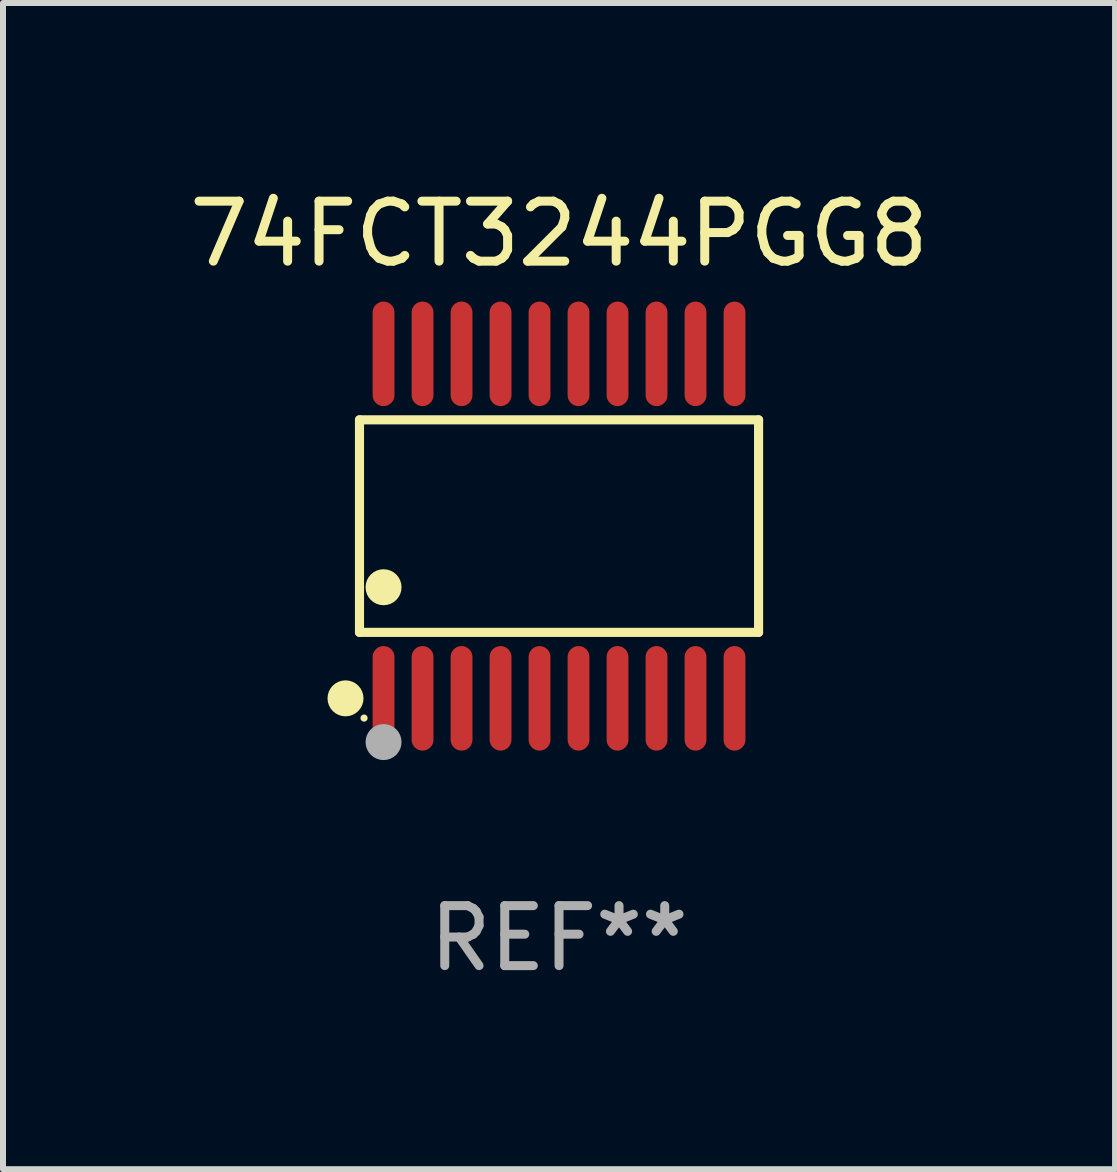
<source format=kicad_pcb>
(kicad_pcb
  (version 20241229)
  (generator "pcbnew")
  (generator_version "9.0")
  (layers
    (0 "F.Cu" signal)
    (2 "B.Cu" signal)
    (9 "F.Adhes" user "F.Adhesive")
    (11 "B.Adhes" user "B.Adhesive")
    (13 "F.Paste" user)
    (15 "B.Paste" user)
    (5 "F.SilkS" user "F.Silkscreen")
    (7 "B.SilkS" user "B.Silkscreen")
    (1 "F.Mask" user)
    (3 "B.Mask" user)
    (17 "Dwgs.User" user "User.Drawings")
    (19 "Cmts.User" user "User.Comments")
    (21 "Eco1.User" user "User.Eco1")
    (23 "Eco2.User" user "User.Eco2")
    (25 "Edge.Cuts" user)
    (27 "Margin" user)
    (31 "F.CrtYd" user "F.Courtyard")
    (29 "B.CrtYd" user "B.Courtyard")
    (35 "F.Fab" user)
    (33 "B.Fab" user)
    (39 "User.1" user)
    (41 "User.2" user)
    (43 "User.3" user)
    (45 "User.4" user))
  (footprint "74FCT3244PGG8"
    (layer "F.Cu")
    (at 6.268 5.719)
    (property "Reference" "74FCT3244PGG8" (at 0 -4.871 0) (layer "F.SilkS") (effects (font (size 1 1) (thickness 0.15))))
    (attr through_hole)
    (fp_line (start -3.326 -1.771) (end 3.326 -1.771) (stroke (width 0.152) (type solid)) (layer "F.SilkS"))
    (fp_line (start -3.326 1.771) (end -3.326 -1.771) (stroke (width 0.152) (type solid)) (layer "F.SilkS"))
    (fp_line (start 3.326 -1.771) (end 3.326 1.771) (stroke (width 0.152) (type solid)) (layer "F.SilkS"))
    (fp_line (start 3.326 1.771) (end -3.326 1.771) (stroke (width 0.152) (type solid)) (layer "F.SilkS"))
    (fp_circle (center -3.559 2.871) (end -3.409 2.871) (stroke (width 0.3) (type solid)) (fill no) (layer "F.SilkS"))
    (fp_circle (center -3.25 3.2) (end -3.22 3.2) (stroke (width 0.06) (type solid)) (fill no) (layer "F.SilkS"))
    (fp_circle (center -2.925 1.019) (end -2.775 1.019) (stroke (width 0.3) (type solid)) (fill no) (layer "F.SilkS"))
    (fp_circle (center -2.925 3.6) (end -2.775 3.6) (stroke (width 0.3) (type solid)) (fill no) (layer "F.Fab"))
    (fp_text user "REF**" (at 0 6.871 0) (layer "F.Fab") (effects (font (size 1 1) (thickness 0.15))))
    (pad "1" smd oval (at -2.925 2.871) (size 0.364 1.742) (layers "F.Cu" "F.Mask" "F.Paste"))
    (pad "2" smd oval (at -2.275 2.871) (size 0.364 1.742) (layers "F.Cu" "F.Mask" "F.Paste"))
    (pad "3" smd oval (at -1.625 2.871) (size 0.364 1.742) (layers "F.Cu" "F.Mask" "F.Paste"))
    (pad "4" smd oval (at -0.975 2.871) (size 0.364 1.742) (layers "F.Cu" "F.Mask" "F.Paste"))
    (pad "5" smd oval (at -0.325 2.871) (size 0.364 1.742) (layers "F.Cu" "F.Mask" "F.Paste"))
    (pad "6" smd oval (at 0.325 2.871) (size 0.364 1.742) (layers "F.Cu" "F.Mask" "F.Paste"))
    (pad "7" smd oval (at 0.975 2.871) (size 0.364 1.742) (layers "F.Cu" "F.Mask" "F.Paste"))
    (pad "8" smd oval (at 1.625 2.871) (size 0.364 1.742) (layers "F.Cu" "F.Mask" "F.Paste"))
    (pad "9" smd oval (at 2.275 2.871) (size 0.364 1.742) (layers "F.Cu" "F.Mask" "F.Paste"))
    (pad "10" smd oval (at 2.925 2.871) (size 0.364 1.742) (layers "F.Cu" "F.Mask" "F.Paste"))
    (pad "11" smd oval (at 2.925 -2.871) (size 0.364 1.742) (layers "F.Cu" "F.Mask" "F.Paste"))
    (pad "12" smd oval (at 2.275 -2.871) (size 0.364 1.742) (layers "F.Cu" "F.Mask" "F.Paste"))
    (pad "13" smd oval (at 1.625 -2.871) (size 0.364 1.742) (layers "F.Cu" "F.Mask" "F.Paste"))
    (pad "14" smd oval (at 0.975 -2.871) (size 0.364 1.742) (layers "F.Cu" "F.Mask" "F.Paste"))
    (pad "15" smd oval (at 0.325 -2.871) (size 0.364 1.742) (layers "F.Cu" "F.Mask" "F.Paste"))
    (pad "16" smd oval (at -0.325 -2.871) (size 0.364 1.742) (layers "F.Cu" "F.Mask" "F.Paste"))
    (pad "17" smd oval (at -0.975 -2.871) (size 0.364 1.742) (layers "F.Cu" "F.Mask" "F.Paste"))
    (pad "18" smd oval (at -1.625 -2.871) (size 0.364 1.742) (layers "F.Cu" "F.Mask" "F.Paste"))
    (pad "19" smd oval (at -2.275 -2.871) (size 0.364 1.742) (layers "F.Cu" "F.Mask" "F.Paste"))
    (pad "20" smd oval (at -2.925 -2.871) (size 0.364 1.742) (layers "F.Cu" "F.Mask" "F.Paste")))
  (gr_rect
    (start -3 -3)
    (end 15.536 16.438)
    (stroke (width 0.1) (type default))
    (fill no)
    (layer "Edge.Cuts")))
</source>
